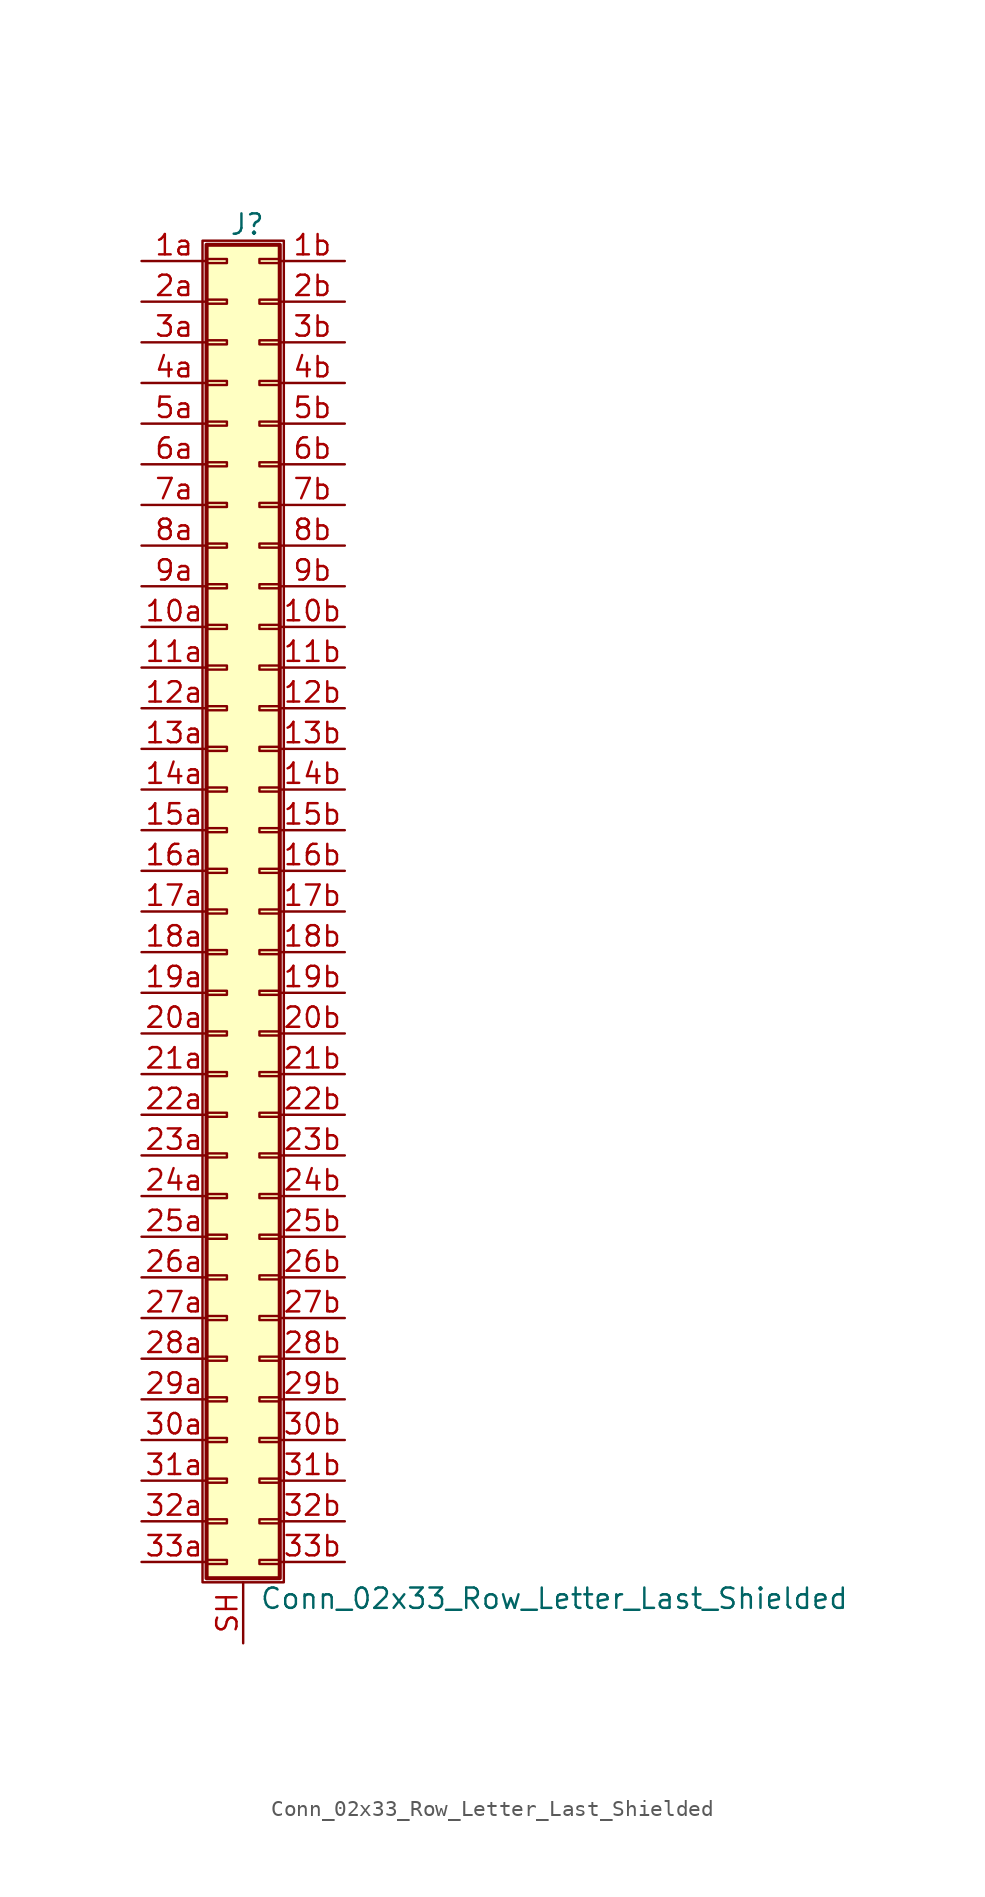
<source format=kicad_sym>
(kicad_symbol_lib
  (version 20201005)
  (generator kicad_symbol_editor)
  (symbol "Conn_02x33_Row_Letter_Last_Shielded"
    (pin_names
      (offset 1.016) hide)
    (property "Reference" "J"
      (at 1.524 42.926 0)
      (effects (font (size 1.27 1.27))))
    (property "Value" "Conn_02x33_Row_Letter_Last_Shielded"
      (at 2.286 -42.926 0)
      (effects (font (size 1.27 1.27)) (justify left)))
    (symbol "Conn_02x33_Row_Letter_Last_Shielded_1_1"
      (rectangle (start -1.27 41.91) (end 3.81 -41.91) (stroke (width 0.152)) (fill (type none)))
      (rectangle (start -1.016 -40.513) (end 0.254 -40.767) (stroke (width 0.152)) (fill (type none)))
      (rectangle (start -1.016 -37.973) (end 0.254 -38.227) (stroke (width 0.152)) (fill (type none)))
      (rectangle (start -1.016 -35.433) (end 0.254 -35.687) (stroke (width 0.152)) (fill (type none)))
      (rectangle (start -1.016 -32.893) (end 0.254 -33.147) (stroke (width 0.152)) (fill (type none)))
      (rectangle (start -1.016 -30.353) (end 0.254 -30.607) (stroke (width 0.152)) (fill (type none)))
      (rectangle (start -1.016 -27.813) (end 0.254 -28.067) (stroke (width 0.152)) (fill (type none)))
      (rectangle (start -1.016 -25.273) (end 0.254 -25.527) (stroke (width 0.152)) (fill (type none)))
      (rectangle (start -1.016 -22.733) (end 0.254 -22.987) (stroke (width 0.152)) (fill (type none)))
      (rectangle (start -1.016 -20.193) (end 0.254 -20.447) (stroke (width 0.152)) (fill (type none)))
      (rectangle (start -1.016 -17.653) (end 0.254 -17.907) (stroke (width 0.152)) (fill (type none)))
      (rectangle (start -1.016 -15.113) (end 0.254 -15.367) (stroke (width 0.152)) (fill (type none)))
      (rectangle (start -1.016 -12.573) (end 0.254 -12.827) (stroke (width 0.152)) (fill (type none)))
      (rectangle (start -1.016 -10.033) (end 0.254 -10.287) (stroke (width 0.152)) (fill (type none)))
      (rectangle (start -1.016 -7.493) (end 0.254 -7.747) (stroke (width 0.152)) (fill (type none)))
      (rectangle (start -1.016 -4.953) (end 0.254 -5.207) (stroke (width 0.152)) (fill (type none)))
      (rectangle (start -1.016 -2.413) (end 0.254 -2.667) (stroke (width 0.152)) (fill (type none)))
      (rectangle (start -1.016 0.127) (end 0.254 -0.127) (stroke (width 0.152)) (fill (type none)))
      (rectangle (start -1.016 2.667) (end 0.254 2.413) (stroke (width 0.152)) (fill (type none)))
      (rectangle (start -1.016 5.207) (end 0.254 4.953) (stroke (width 0.152)) (fill (type none)))
      (rectangle (start -1.016 7.747) (end 0.254 7.493) (stroke (width 0.152)) (fill (type none)))
      (rectangle (start -1.016 10.287) (end 0.254 10.033) (stroke (width 0.152)) (fill (type none)))
      (rectangle (start -1.016 12.827) (end 0.254 12.573) (stroke (width 0.152)) (fill (type none)))
      (rectangle (start -1.016 15.367) (end 0.254 15.113) (stroke (width 0.152)) (fill (type none)))
      (rectangle (start -1.016 17.907) (end 0.254 17.653) (stroke (width 0.152)) (fill (type none)))
      (rectangle (start -1.016 20.447) (end 0.254 20.193) (stroke (width 0.152)) (fill (type none)))
      (rectangle (start -1.016 22.987) (end 0.254 22.733) (stroke (width 0.152)) (fill (type none)))
      (rectangle (start -1.016 25.527) (end 0.254 25.273) (stroke (width 0.152)) (fill (type none)))
      (rectangle (start -1.016 28.067) (end 0.254 27.813) (stroke (width 0.152)) (fill (type none)))
      (rectangle (start -1.016 30.607) (end 0.254 30.353) (stroke (width 0.152)) (fill (type none)))
      (rectangle (start -1.016 33.147) (end 0.254 32.893) (stroke (width 0.152)) (fill (type none)))
      (rectangle (start -1.016 35.687) (end 0.254 35.433) (stroke (width 0.152)) (fill (type none)))
      (rectangle (start -1.016 38.227) (end 0.254 37.973) (stroke (width 0.152)) (fill (type none)))
      (rectangle (start -1.016 40.767) (end 0.254 40.513) (stroke (width 0.152)) (fill (type none)))
      (rectangle (start 3.556 -40.513) (end 2.286 -40.767) (stroke (width 0.152)) (fill (type none)))
      (rectangle (start 3.556 -37.973) (end 2.286 -38.227) (stroke (width 0.152)) (fill (type none)))
      (rectangle (start 3.556 -35.433) (end 2.286 -35.687) (stroke (width 0.152)) (fill (type none)))
      (rectangle (start 3.556 -32.893) (end 2.286 -33.147) (stroke (width 0.152)) (fill (type none)))
      (rectangle (start 3.556 -30.353) (end 2.286 -30.607) (stroke (width 0.152)) (fill (type none)))
      (rectangle (start 3.556 -27.813) (end 2.286 -28.067) (stroke (width 0.152)) (fill (type none)))
      (rectangle (start 3.556 -25.273) (end 2.286 -25.527) (stroke (width 0.152)) (fill (type none)))
      (rectangle (start 3.556 -22.733) (end 2.286 -22.987) (stroke (width 0.152)) (fill (type none)))
      (rectangle (start 3.556 -20.193) (end 2.286 -20.447) (stroke (width 0.152)) (fill (type none)))
      (rectangle (start 3.556 -17.653) (end 2.286 -17.907) (stroke (width 0.152)) (fill (type none)))
      (rectangle (start 3.556 -15.113) (end 2.286 -15.367) (stroke (width 0.152)) (fill (type none)))
      (rectangle (start 3.556 -12.573) (end 2.286 -12.827) (stroke (width 0.152)) (fill (type none)))
      (rectangle (start 3.556 -10.033) (end 2.286 -10.287) (stroke (width 0.152)) (fill (type none)))
      (rectangle (start 3.556 -7.493) (end 2.286 -7.747) (stroke (width 0.152)) (fill (type none)))
      (rectangle (start 3.556 -4.953) (end 2.286 -5.207) (stroke (width 0.152)) (fill (type none)))
      (rectangle (start 3.556 -2.413) (end 2.286 -2.667) (stroke (width 0.152)) (fill (type none)))
      (rectangle (start 3.556 0.127) (end 2.286 -0.127) (stroke (width 0.152)) (fill (type none)))
      (rectangle (start 3.556 2.667) (end 2.286 2.413) (stroke (width 0.152)) (fill (type none)))
      (rectangle (start 3.556 5.207) (end 2.286 4.953) (stroke (width 0.152)) (fill (type none)))
      (rectangle (start 3.556 7.747) (end 2.286 7.493) (stroke (width 0.152)) (fill (type none)))
      (rectangle (start 3.556 10.287) (end 2.286 10.033) (stroke (width 0.152)) (fill (type none)))
      (rectangle (start 3.556 12.827) (end 2.286 12.573) (stroke (width 0.152)) (fill (type none)))
      (rectangle (start 3.556 15.367) (end 2.286 15.113) (stroke (width 0.152)) (fill (type none)))
      (rectangle (start 3.556 17.907) (end 2.286 17.653) (stroke (width 0.152)) (fill (type none)))
      (rectangle (start 3.556 20.447) (end 2.286 20.193) (stroke (width 0.152)) (fill (type none)))
      (rectangle (start 3.556 22.987) (end 2.286 22.733) (stroke (width 0.152)) (fill (type none)))
      (rectangle (start 3.556 25.527) (end 2.286 25.273) (stroke (width 0.152)) (fill (type none)))
      (rectangle (start 3.556 28.067) (end 2.286 27.813) (stroke (width 0.152)) (fill (type none)))
      (rectangle (start 3.556 30.607) (end 2.286 30.353) (stroke (width 0.152)) (fill (type none)))
      (rectangle (start 3.556 33.147) (end 2.286 32.893) (stroke (width 0.152)) (fill (type none)))
      (rectangle (start 3.556 35.687) (end 2.286 35.433) (stroke (width 0.152)) (fill (type none)))
      (rectangle (start 3.556 38.227) (end 2.286 37.973) (stroke (width 0.152)) (fill (type none)))
      (rectangle (start 3.556 40.767) (end 2.286 40.513) (stroke (width 0.152)) (fill (type none)))
      (rectangle (start -1.016 41.656) (end 3.556 -41.656) (stroke (width 0.254)) (fill (type background)))
      (pin passive line (at -5.08 17.78 0) (length 4.064) (name "Pin_10a" (effects (font (size 1.27 1.27)))) (number "10a" (effects (font (size 1.27 1.27)))))
      (pin passive line (at 7.62 17.78 180) (length 4.064) (name "Pin_10b" (effects (font (size 1.27 1.27)))) (number "10b" (effects (font (size 1.27 1.27)))))
      (pin passive line (at -5.08 15.24 0) (length 4.064) (name "Pin_11a" (effects (font (size 1.27 1.27)))) (number "11a" (effects (font (size 1.27 1.27)))))
      (pin passive line (at 7.62 15.24 180) (length 4.064) (name "Pin_11b" (effects (font (size 1.27 1.27)))) (number "11b" (effects (font (size 1.27 1.27)))))
      (pin passive line (at -5.08 12.7 0) (length 4.064) (name "Pin_12a" (effects (font (size 1.27 1.27)))) (number "12a" (effects (font (size 1.27 1.27)))))
      (pin passive line (at 7.62 12.7 180) (length 4.064) (name "Pin_12b" (effects (font (size 1.27 1.27)))) (number "12b" (effects (font (size 1.27 1.27)))))
      (pin passive line (at -5.08 10.16 0) (length 4.064) (name "Pin_13a" (effects (font (size 1.27 1.27)))) (number "13a" (effects (font (size 1.27 1.27)))))
      (pin passive line (at 7.62 10.16 180) (length 4.064) (name "Pin_13b" (effects (font (size 1.27 1.27)))) (number "13b" (effects (font (size 1.27 1.27)))))
      (pin passive line (at -5.08 7.62 0) (length 4.064) (name "Pin_14a" (effects (font (size 1.27 1.27)))) (number "14a" (effects (font (size 1.27 1.27)))))
      (pin passive line (at 7.62 7.62 180) (length 4.064) (name "Pin_14b" (effects (font (size 1.27 1.27)))) (number "14b" (effects (font (size 1.27 1.27)))))
      (pin passive line (at -5.08 5.08 0) (length 4.064) (name "Pin_15a" (effects (font (size 1.27 1.27)))) (number "15a" (effects (font (size 1.27 1.27)))))
      (pin passive line (at 7.62 5.08 180) (length 4.064) (name "Pin_15b" (effects (font (size 1.27 1.27)))) (number "15b" (effects (font (size 1.27 1.27)))))
      (pin passive line (at -5.08 2.54 0) (length 4.064) (name "Pin_16a" (effects (font (size 1.27 1.27)))) (number "16a" (effects (font (size 1.27 1.27)))))
      (pin passive line (at 7.62 2.54 180) (length 4.064) (name "Pin_16b" (effects (font (size 1.27 1.27)))) (number "16b" (effects (font (size 1.27 1.27)))))
      (pin passive line (at -5.08 0 0) (length 4.064) (name "Pin_17a" (effects (font (size 1.27 1.27)))) (number "17a" (effects (font (size 1.27 1.27)))))
      (pin passive line (at 7.62 0 180) (length 4.064) (name "Pin_17b" (effects (font (size 1.27 1.27)))) (number "17b" (effects (font (size 1.27 1.27)))))
      (pin passive line (at -5.08 -2.54 0) (length 4.064) (name "Pin_18a" (effects (font (size 1.27 1.27)))) (number "18a" (effects (font (size 1.27 1.27)))))
      (pin passive line (at 7.62 -2.54 180) (length 4.064) (name "Pin_18b" (effects (font (size 1.27 1.27)))) (number "18b" (effects (font (size 1.27 1.27)))))
      (pin passive line (at -5.08 -5.08 0) (length 4.064) (name "Pin_19a" (effects (font (size 1.27 1.27)))) (number "19a" (effects (font (size 1.27 1.27)))))
      (pin passive line (at 7.62 -5.08 180) (length 4.064) (name "Pin_19b" (effects (font (size 1.27 1.27)))) (number "19b" (effects (font (size 1.27 1.27)))))
      (pin passive line (at -5.08 40.64 0) (length 4.064) (name "Pin_1a" (effects (font (size 1.27 1.27)))) (number "1a" (effects (font (size 1.27 1.27)))))
      (pin passive line (at 7.62 40.64 180) (length 4.064) (name "Pin_1b" (effects (font (size 1.27 1.27)))) (number "1b" (effects (font (size 1.27 1.27)))))
      (pin passive line (at -5.08 -7.62 0) (length 4.064) (name "Pin_20a" (effects (font (size 1.27 1.27)))) (number "20a" (effects (font (size 1.27 1.27)))))
      (pin passive line (at 7.62 -7.62 180) (length 4.064) (name "Pin_20b" (effects (font (size 1.27 1.27)))) (number "20b" (effects (font (size 1.27 1.27)))))
      (pin passive line (at -5.08 -10.16 0) (length 4.064) (name "Pin_21a" (effects (font (size 1.27 1.27)))) (number "21a" (effects (font (size 1.27 1.27)))))
      (pin passive line (at 7.62 -10.16 180) (length 4.064) (name "Pin_21b" (effects (font (size 1.27 1.27)))) (number "21b" (effects (font (size 1.27 1.27)))))
      (pin passive line (at -5.08 -12.7 0) (length 4.064) (name "Pin_22a" (effects (font (size 1.27 1.27)))) (number "22a" (effects (font (size 1.27 1.27)))))
      (pin passive line (at 7.62 -12.7 180) (length 4.064) (name "Pin_22b" (effects (font (size 1.27 1.27)))) (number "22b" (effects (font (size 1.27 1.27)))))
      (pin passive line (at -5.08 -15.24 0) (length 4.064) (name "Pin_23a" (effects (font (size 1.27 1.27)))) (number "23a" (effects (font (size 1.27 1.27)))))
      (pin passive line (at 7.62 -15.24 180) (length 4.064) (name "Pin_23b" (effects (font (size 1.27 1.27)))) (number "23b" (effects (font (size 1.27 1.27)))))
      (pin passive line (at -5.08 -17.78 0) (length 4.064) (name "Pin_24a" (effects (font (size 1.27 1.27)))) (number "24a" (effects (font (size 1.27 1.27)))))
      (pin passive line (at 7.62 -17.78 180) (length 4.064) (name "Pin_24b" (effects (font (size 1.27 1.27)))) (number "24b" (effects (font (size 1.27 1.27)))))
      (pin passive line (at -5.08 -20.32 0) (length 4.064) (name "Pin_25a" (effects (font (size 1.27 1.27)))) (number "25a" (effects (font (size 1.27 1.27)))))
      (pin passive line (at 7.62 -20.32 180) (length 4.064) (name "Pin_25b" (effects (font (size 1.27 1.27)))) (number "25b" (effects (font (size 1.27 1.27)))))
      (pin passive line (at -5.08 -22.86 0) (length 4.064) (name "Pin_26a" (effects (font (size 1.27 1.27)))) (number "26a" (effects (font (size 1.27 1.27)))))
      (pin passive line (at 7.62 -22.86 180) (length 4.064) (name "Pin_26b" (effects (font (size 1.27 1.27)))) (number "26b" (effects (font (size 1.27 1.27)))))
      (pin passive line (at -5.08 -25.4 0) (length 4.064) (name "Pin_27a" (effects (font (size 1.27 1.27)))) (number "27a" (effects (font (size 1.27 1.27)))))
      (pin passive line (at 7.62 -25.4 180) (length 4.064) (name "Pin_27b" (effects (font (size 1.27 1.27)))) (number "27b" (effects (font (size 1.27 1.27)))))
      (pin passive line (at -5.08 -27.94 0) (length 4.064) (name "Pin_28a" (effects (font (size 1.27 1.27)))) (number "28a" (effects (font (size 1.27 1.27)))))
      (pin passive line (at 7.62 -27.94 180) (length 4.064) (name "Pin_28b" (effects (font (size 1.27 1.27)))) (number "28b" (effects (font (size 1.27 1.27)))))
      (pin passive line (at -5.08 -30.48 0) (length 4.064) (name "Pin_29a" (effects (font (size 1.27 1.27)))) (number "29a" (effects (font (size 1.27 1.27)))))
      (pin passive line (at 7.62 -30.48 180) (length 4.064) (name "Pin_29b" (effects (font (size 1.27 1.27)))) (number "29b" (effects (font (size 1.27 1.27)))))
      (pin passive line (at -5.08 38.1 0) (length 4.064) (name "Pin_2a" (effects (font (size 1.27 1.27)))) (number "2a" (effects (font (size 1.27 1.27)))))
      (pin passive line (at 7.62 38.1 180) (length 4.064) (name "Pin_2b" (effects (font (size 1.27 1.27)))) (number "2b" (effects (font (size 1.27 1.27)))))
      (pin passive line (at -5.08 -33.02 0) (length 4.064) (name "Pin_30a" (effects (font (size 1.27 1.27)))) (number "30a" (effects (font (size 1.27 1.27)))))
      (pin passive line (at 7.62 -33.02 180) (length 4.064) (name "Pin_30b" (effects (font (size 1.27 1.27)))) (number "30b" (effects (font (size 1.27 1.27)))))
      (pin passive line (at -5.08 -35.56 0) (length 4.064) (name "Pin_31a" (effects (font (size 1.27 1.27)))) (number "31a" (effects (font (size 1.27 1.27)))))
      (pin passive line (at 7.62 -35.56 180) (length 4.064) (name "Pin_31b" (effects (font (size 1.27 1.27)))) (number "31b" (effects (font (size 1.27 1.27)))))
      (pin passive line (at -5.08 -38.1 0) (length 4.064) (name "Pin_32a" (effects (font (size 1.27 1.27)))) (number "32a" (effects (font (size 1.27 1.27)))))
      (pin passive line (at 7.62 -38.1 180) (length 4.064) (name "Pin_32b" (effects (font (size 1.27 1.27)))) (number "32b" (effects (font (size 1.27 1.27)))))
      (pin passive line (at -5.08 -40.64 0) (length 4.064) (name "Pin_33a" (effects (font (size 1.27 1.27)))) (number "33a" (effects (font (size 1.27 1.27)))))
      (pin passive line (at 7.62 -40.64 180) (length 4.064) (name "Pin_33b" (effects (font (size 1.27 1.27)))) (number "33b" (effects (font (size 1.27 1.27)))))
      (pin passive line (at -5.08 35.56 0) (length 4.064) (name "Pin_3a" (effects (font (size 1.27 1.27)))) (number "3a" (effects (font (size 1.27 1.27)))))
      (pin passive line (at 7.62 35.56 180) (length 4.064) (name "Pin_3b" (effects (font (size 1.27 1.27)))) (number "3b" (effects (font (size 1.27 1.27)))))
      (pin passive line (at -5.08 33.02 0) (length 4.064) (name "Pin_4a" (effects (font (size 1.27 1.27)))) (number "4a" (effects (font (size 1.27 1.27)))))
      (pin passive line (at 7.62 33.02 180) (length 4.064) (name "Pin_4b" (effects (font (size 1.27 1.27)))) (number "4b" (effects (font (size 1.27 1.27)))))
      (pin passive line (at -5.08 30.48 0) (length 4.064) (name "Pin_5a" (effects (font (size 1.27 1.27)))) (number "5a" (effects (font (size 1.27 1.27)))))
      (pin passive line (at 7.62 30.48 180) (length 4.064) (name "Pin_5b" (effects (font (size 1.27 1.27)))) (number "5b" (effects (font (size 1.27 1.27)))))
      (pin passive line (at -5.08 27.94 0) (length 4.064) (name "Pin_6a" (effects (font (size 1.27 1.27)))) (number "6a" (effects (font (size 1.27 1.27)))))
      (pin passive line (at 7.62 27.94 180) (length 4.064) (name "Pin_6b" (effects (font (size 1.27 1.27)))) (number "6b" (effects (font (size 1.27 1.27)))))
      (pin passive line (at -5.08 25.4 0) (length 4.064) (name "Pin_7a" (effects (font (size 1.27 1.27)))) (number "7a" (effects (font (size 1.27 1.27)))))
      (pin passive line (at 7.62 25.4 180) (length 4.064) (name "Pin_7b" (effects (font (size 1.27 1.27)))) (number "7b" (effects (font (size 1.27 1.27)))))
      (pin passive line (at -5.08 22.86 0) (length 4.064) (name "Pin_8a" (effects (font (size 1.27 1.27)))) (number "8a" (effects (font (size 1.27 1.27)))))
      (pin passive line (at 7.62 22.86 180) (length 4.064) (name "Pin_8b" (effects (font (size 1.27 1.27)))) (number "8b" (effects (font (size 1.27 1.27)))))
      (pin passive line (at -5.08 20.32 0) (length 4.064) (name "Pin_9a" (effects (font (size 1.27 1.27)))) (number "9a" (effects (font (size 1.27 1.27)))))
      (pin passive line (at 7.62 20.32 180) (length 4.064) (name "Pin_9b" (effects (font (size 1.27 1.27)))) (number "9b" (effects (font (size 1.27 1.27)))))
      (pin passive line (at 1.27 -45.72 90) (length 3.81) (name "Shield" (effects (font (size 1.27 1.27)))) (number "SH" (effects (font (size 1.27 1.27))))))))
</source>
